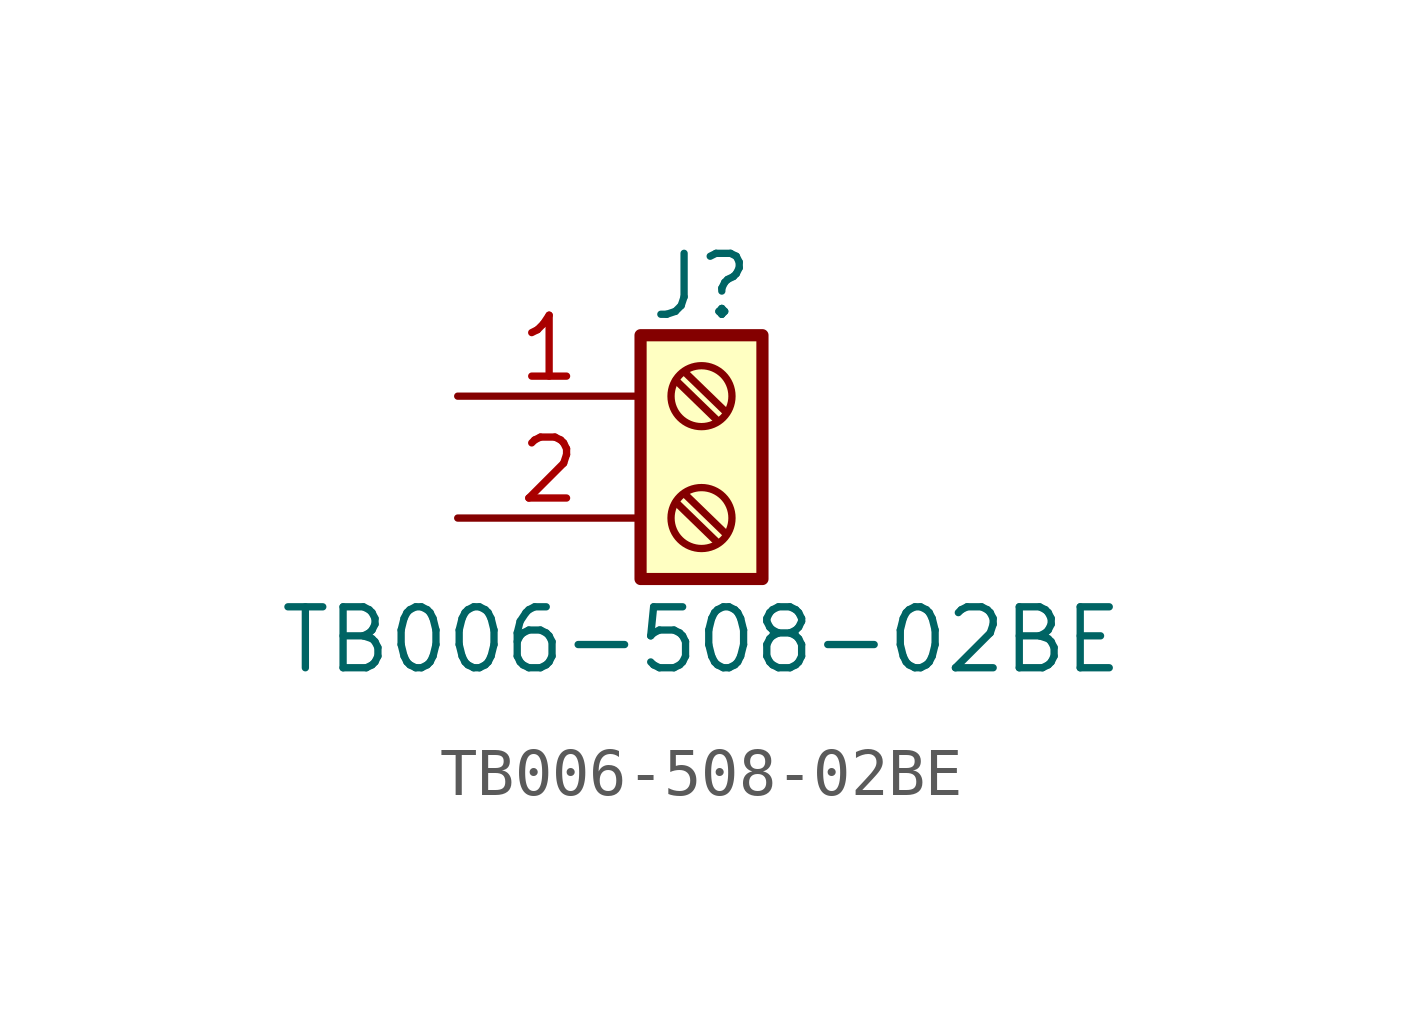
<source format=kicad_sym>
(kicad_symbol_lib
  (version 20241209)
  (generator "kicad_symbol_editor")
  (generator_version "9.0")
  (symbol "TB006-508-02BE"
    (pin_names
      (hide yes))
    (property "Reference" "J"
      (at 0 3.556 0)
      (effects (font (size 1.27 1.27))))
    (property "Value" "TB006-508-02BE"
      (at 0 -3.81 0)
      (effects (font (size 1.27 1.27))))
    (symbol "TB006-508-02BE_1_1"
      (rectangle (start -1.27 2.54) (end 1.27 -2.54) (stroke (width 0.254) (type default)) (fill (type background)))
      (polyline (pts (xy -0.533 1.6) (xy 0.33 0.762)) (stroke (width 0.152) (type default)) (fill (type none)))
      (polyline (pts (xy -0.533 -0.94) (xy 0.33 -1.778)) (stroke (width 0.152) (type default)) (fill (type none)))
      (polyline (pts (xy -0.356 1.778) (xy 0.508 0.94)) (stroke (width 0.152) (type default)) (fill (type none)))
      (polyline (pts (xy -0.356 -0.762) (xy 0.508 -1.6)) (stroke (width 0.152) (type default)) (fill (type none)))
      (circle (center 0 1.27) (radius 0.635) (stroke (width 0.152) (type default)) (fill (type none)))
      (circle (center 0 -1.27) (radius 0.635) (stroke (width 0.152) (type default)) (fill (type none)))
      (pin passive line (at -5.08 1.27 0) (length 3.81) (name "Pin_1" (effects (font (size 1.27 1.27)))) (number "1" (effects (font (size 1.27 1.27)))))
      (pin passive line (at -5.08 -1.27 0) (length 3.81) (name "Pin_2" (effects (font (size 1.27 1.27)))) (number "2" (effects (font (size 1.27 1.27))))))))
</source>
